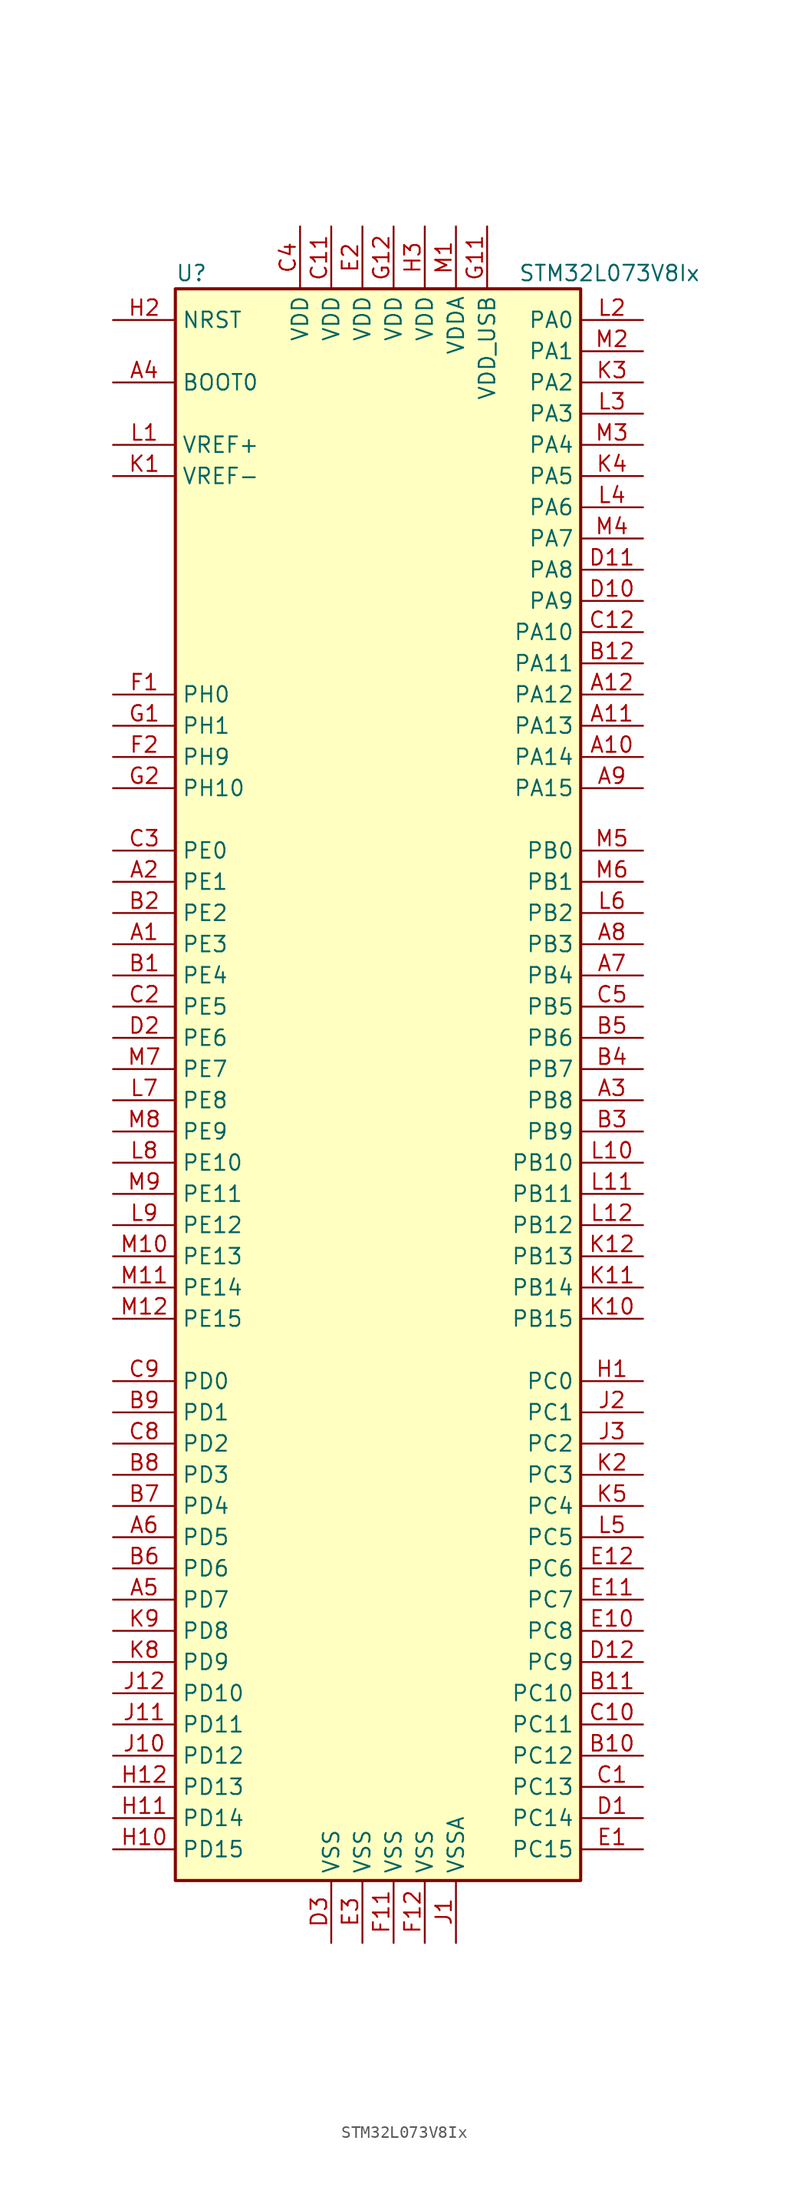
<source format=kicad_sym>
(kicad_symbol_lib
  (version 20201005)
  (generator kicad_symbol_editor)
  (symbol "STM32L073V8Ix"
    (property "Reference" "U"
      (at -17.78 64.77 0)
      (effects (font (size 1.27 1.27)) (justify left)))
    (property "Value" "STM32L073V8Ix"
      (at 10.16 64.77 0)
      (effects (font (size 1.27 1.27)) (justify left)))
    (symbol "STM32L073V8Ix_0_1"
      (rectangle (start -17.78 -66.04) (end 15.24 63.5) (stroke (width 0.254)) (fill (type background))))
    (symbol "STM32L073V8Ix_1_1"
      (pin bidirectional line (at -22.86 10.16 0) (length 5.08) (name "PE3" (effects (font (size 1.27 1.27)))) (number "A1" (effects (font (size 1.27 1.27)))))
      (pin bidirectional line (at 20.32 25.4 180) (length 5.08) (name "PA14" (effects (font (size 1.27 1.27)))) (number "A10" (effects (font (size 1.27 1.27)))))
      (pin bidirectional line (at 20.32 27.94 180) (length 5.08) (name "PA13" (effects (font (size 1.27 1.27)))) (number "A11" (effects (font (size 1.27 1.27)))))
      (pin bidirectional line (at 20.32 30.48 180) (length 5.08) (name "PA12" (effects (font (size 1.27 1.27)))) (number "A12" (effects (font (size 1.27 1.27)))))
      (pin bidirectional line (at -22.86 15.24 0) (length 5.08) (name "PE1" (effects (font (size 1.27 1.27)))) (number "A2" (effects (font (size 1.27 1.27)))))
      (pin bidirectional line (at 20.32 -2.54 180) (length 5.08) (name "PB8" (effects (font (size 1.27 1.27)))) (number "A3" (effects (font (size 1.27 1.27)))))
      (pin input line (at -22.86 55.88 0) (length 5.08) (name "BOOT0" (effects (font (size 1.27 1.27)))) (number "A4" (effects (font (size 1.27 1.27)))))
      (pin bidirectional line (at -22.86 -43.18 0) (length 5.08) (name "PD7" (effects (font (size 1.27 1.27)))) (number "A5" (effects (font (size 1.27 1.27)))))
      (pin bidirectional line (at -22.86 -38.1 0) (length 5.08) (name "PD5" (effects (font (size 1.27 1.27)))) (number "A6" (effects (font (size 1.27 1.27)))))
      (pin bidirectional line (at 20.32 7.62 180) (length 5.08) (name "PB4" (effects (font (size 1.27 1.27)))) (number "A7" (effects (font (size 1.27 1.27)))))
      (pin bidirectional line (at 20.32 10.16 180) (length 5.08) (name "PB3" (effects (font (size 1.27 1.27)))) (number "A8" (effects (font (size 1.27 1.27)))))
      (pin bidirectional line (at 20.32 22.86 180) (length 5.08) (name "PA15" (effects (font (size 1.27 1.27)))) (number "A9" (effects (font (size 1.27 1.27)))))
      (pin bidirectional line (at -22.86 7.62 0) (length 5.08) (name "PE4" (effects (font (size 1.27 1.27)))) (number "B1" (effects (font (size 1.27 1.27)))))
      (pin bidirectional line (at 20.32 -55.88 180) (length 5.08) (name "PC12" (effects (font (size 1.27 1.27)))) (number "B10" (effects (font (size 1.27 1.27)))))
      (pin bidirectional line (at 20.32 -50.8 180) (length 5.08) (name "PC10" (effects (font (size 1.27 1.27)))) (number "B11" (effects (font (size 1.27 1.27)))))
      (pin bidirectional line (at 20.32 33.02 180) (length 5.08) (name "PA11" (effects (font (size 1.27 1.27)))) (number "B12" (effects (font (size 1.27 1.27)))))
      (pin bidirectional line (at -22.86 12.7 0) (length 5.08) (name "PE2" (effects (font (size 1.27 1.27)))) (number "B2" (effects (font (size 1.27 1.27)))))
      (pin bidirectional line (at 20.32 -5.08 180) (length 5.08) (name "PB9" (effects (font (size 1.27 1.27)))) (number "B3" (effects (font (size 1.27 1.27)))))
      (pin bidirectional line (at 20.32 0 180) (length 5.08) (name "PB7" (effects (font (size 1.27 1.27)))) (number "B4" (effects (font (size 1.27 1.27)))))
      (pin bidirectional line (at 20.32 2.54 180) (length 5.08) (name "PB6" (effects (font (size 1.27 1.27)))) (number "B5" (effects (font (size 1.27 1.27)))))
      (pin bidirectional line (at -22.86 -40.64 0) (length 5.08) (name "PD6" (effects (font (size 1.27 1.27)))) (number "B6" (effects (font (size 1.27 1.27)))))
      (pin bidirectional line (at -22.86 -35.56 0) (length 5.08) (name "PD4" (effects (font (size 1.27 1.27)))) (number "B7" (effects (font (size 1.27 1.27)))))
      (pin bidirectional line (at -22.86 -33.02 0) (length 5.08) (name "PD3" (effects (font (size 1.27 1.27)))) (number "B8" (effects (font (size 1.27 1.27)))))
      (pin bidirectional line (at -22.86 -27.94 0) (length 5.08) (name "PD1" (effects (font (size 1.27 1.27)))) (number "B9" (effects (font (size 1.27 1.27)))))
      (pin bidirectional line (at 20.32 -58.42 180) (length 5.08) (name "PC13" (effects (font (size 1.27 1.27)))) (number "C1" (effects (font (size 1.27 1.27)))))
      (pin bidirectional line (at 20.32 -53.34 180) (length 5.08) (name "PC11" (effects (font (size 1.27 1.27)))) (number "C10" (effects (font (size 1.27 1.27)))))
      (pin power_in line (at -5.08 68.58 270) (length 5.08) (name "VDD" (effects (font (size 1.27 1.27)))) (number "C11" (effects (font (size 1.27 1.27)))))
      (pin bidirectional line (at 20.32 35.56 180) (length 5.08) (name "PA10" (effects (font (size 1.27 1.27)))) (number "C12" (effects (font (size 1.27 1.27)))))
      (pin bidirectional line (at -22.86 5.08 0) (length 5.08) (name "PE5" (effects (font (size 1.27 1.27)))) (number "C2" (effects (font (size 1.27 1.27)))))
      (pin bidirectional line (at -22.86 17.78 0) (length 5.08) (name "PE0" (effects (font (size 1.27 1.27)))) (number "C3" (effects (font (size 1.27 1.27)))))
      (pin power_in line (at -7.62 68.58 270) (length 5.08) (name "VDD" (effects (font (size 1.27 1.27)))) (number "C4" (effects (font (size 1.27 1.27)))))
      (pin bidirectional line (at 20.32 5.08 180) (length 5.08) (name "PB5" (effects (font (size 1.27 1.27)))) (number "C5" (effects (font (size 1.27 1.27)))))
      (pin bidirectional line (at -22.86 -30.48 0) (length 5.08) (name "PD2" (effects (font (size 1.27 1.27)))) (number "C8" (effects (font (size 1.27 1.27)))))
      (pin bidirectional line (at -22.86 -25.4 0) (length 5.08) (name "PD0" (effects (font (size 1.27 1.27)))) (number "C9" (effects (font (size 1.27 1.27)))))
      (pin bidirectional line (at 20.32 -60.96 180) (length 5.08) (name "PC14" (effects (font (size 1.27 1.27)))) (number "D1" (effects (font (size 1.27 1.27)))))
      (pin bidirectional line (at 20.32 38.1 180) (length 5.08) (name "PA9" (effects (font (size 1.27 1.27)))) (number "D10" (effects (font (size 1.27 1.27)))))
      (pin bidirectional line (at 20.32 40.64 180) (length 5.08) (name "PA8" (effects (font (size 1.27 1.27)))) (number "D11" (effects (font (size 1.27 1.27)))))
      (pin bidirectional line (at 20.32 -48.26 180) (length 5.08) (name "PC9" (effects (font (size 1.27 1.27)))) (number "D12" (effects (font (size 1.27 1.27)))))
      (pin bidirectional line (at -22.86 2.54 0) (length 5.08) (name "PE6" (effects (font (size 1.27 1.27)))) (number "D2" (effects (font (size 1.27 1.27)))))
      (pin power_in line (at -5.08 -71.12 90) (length 5.08) (name "VSS" (effects (font (size 1.27 1.27)))) (number "D3" (effects (font (size 1.27 1.27)))))
      (pin bidirectional line (at 20.32 -63.5 180) (length 5.08) (name "PC15" (effects (font (size 1.27 1.27)))) (number "E1" (effects (font (size 1.27 1.27)))))
      (pin bidirectional line (at 20.32 -45.72 180) (length 5.08) (name "PC8" (effects (font (size 1.27 1.27)))) (number "E10" (effects (font (size 1.27 1.27)))))
      (pin bidirectional line (at 20.32 -43.18 180) (length 5.08) (name "PC7" (effects (font (size 1.27 1.27)))) (number "E11" (effects (font (size 1.27 1.27)))))
      (pin bidirectional line (at 20.32 -40.64 180) (length 5.08) (name "PC6" (effects (font (size 1.27 1.27)))) (number "E12" (effects (font (size 1.27 1.27)))))
      (pin power_in line (at -2.54 68.58 270) (length 5.08) (name "VDD" (effects (font (size 1.27 1.27)))) (number "E2" (effects (font (size 1.27 1.27)))))
      (pin power_in line (at -2.54 -71.12 90) (length 5.08) (name "VSS" (effects (font (size 1.27 1.27)))) (number "E3" (effects (font (size 1.27 1.27)))))
      (pin input line (at -22.86 30.48 0) (length 5.08) (name "PH0" (effects (font (size 1.27 1.27)))) (number "F1" (effects (font (size 1.27 1.27)))))
      (pin power_in line (at 0 -71.12 90) (length 5.08) (name "VSS" (effects (font (size 1.27 1.27)))) (number "F11" (effects (font (size 1.27 1.27)))))
      (pin power_in line (at 2.54 -71.12 90) (length 5.08) (name "VSS" (effects (font (size 1.27 1.27)))) (number "F12" (effects (font (size 1.27 1.27)))))
      (pin bidirectional line (at -22.86 25.4 0) (length 5.08) (name "PH9" (effects (font (size 1.27 1.27)))) (number "F2" (effects (font (size 1.27 1.27)))))
      (pin input line (at -22.86 27.94 0) (length 5.08) (name "PH1" (effects (font (size 1.27 1.27)))) (number "G1" (effects (font (size 1.27 1.27)))))
      (pin power_in line (at 7.62 68.58 270) (length 5.08) (name "VDD_USB" (effects (font (size 1.27 1.27)))) (number "G11" (effects (font (size 1.27 1.27)))))
      (pin power_in line (at 0 68.58 270) (length 5.08) (name "VDD" (effects (font (size 1.27 1.27)))) (number "G12" (effects (font (size 1.27 1.27)))))
      (pin bidirectional line (at -22.86 22.86 0) (length 5.08) (name "PH10" (effects (font (size 1.27 1.27)))) (number "G2" (effects (font (size 1.27 1.27)))))
      (pin bidirectional line (at 20.32 -25.4 180) (length 5.08) (name "PC0" (effects (font (size 1.27 1.27)))) (number "H1" (effects (font (size 1.27 1.27)))))
      (pin bidirectional line (at -22.86 -63.5 0) (length 5.08) (name "PD15" (effects (font (size 1.27 1.27)))) (number "H10" (effects (font (size 1.27 1.27)))))
      (pin bidirectional line (at -22.86 -60.96 0) (length 5.08) (name "PD14" (effects (font (size 1.27 1.27)))) (number "H11" (effects (font (size 1.27 1.27)))))
      (pin bidirectional line (at -22.86 -58.42 0) (length 5.08) (name "PD13" (effects (font (size 1.27 1.27)))) (number "H12" (effects (font (size 1.27 1.27)))))
      (pin input line (at -22.86 60.96 0) (length 5.08) (name "NRST" (effects (font (size 1.27 1.27)))) (number "H2" (effects (font (size 1.27 1.27)))))
      (pin power_in line (at 2.54 68.58 270) (length 5.08) (name "VDD" (effects (font (size 1.27 1.27)))) (number "H3" (effects (font (size 1.27 1.27)))))
      (pin power_in line (at 5.08 -71.12 90) (length 5.08) (name "VSSA" (effects (font (size 1.27 1.27)))) (number "J1" (effects (font (size 1.27 1.27)))))
      (pin bidirectional line (at -22.86 -55.88 0) (length 5.08) (name "PD12" (effects (font (size 1.27 1.27)))) (number "J10" (effects (font (size 1.27 1.27)))))
      (pin bidirectional line (at -22.86 -53.34 0) (length 5.08) (name "PD11" (effects (font (size 1.27 1.27)))) (number "J11" (effects (font (size 1.27 1.27)))))
      (pin bidirectional line (at -22.86 -50.8 0) (length 5.08) (name "PD10" (effects (font (size 1.27 1.27)))) (number "J12" (effects (font (size 1.27 1.27)))))
      (pin bidirectional line (at 20.32 -27.94 180) (length 5.08) (name "PC1" (effects (font (size 1.27 1.27)))) (number "J2" (effects (font (size 1.27 1.27)))))
      (pin bidirectional line (at 20.32 -30.48 180) (length 5.08) (name "PC2" (effects (font (size 1.27 1.27)))) (number "J3" (effects (font (size 1.27 1.27)))))
      (pin power_in line (at -22.86 48.26 0) (length 5.08) (name "VREF-" (effects (font (size 1.27 1.27)))) (number "K1" (effects (font (size 1.27 1.27)))))
      (pin bidirectional line (at 20.32 -20.32 180) (length 5.08) (name "PB15" (effects (font (size 1.27 1.27)))) (number "K10" (effects (font (size 1.27 1.27)))))
      (pin bidirectional line (at 20.32 -17.78 180) (length 5.08) (name "PB14" (effects (font (size 1.27 1.27)))) (number "K11" (effects (font (size 1.27 1.27)))))
      (pin bidirectional line (at 20.32 -15.24 180) (length 5.08) (name "PB13" (effects (font (size 1.27 1.27)))) (number "K12" (effects (font (size 1.27 1.27)))))
      (pin bidirectional line (at 20.32 -33.02 180) (length 5.08) (name "PC3" (effects (font (size 1.27 1.27)))) (number "K2" (effects (font (size 1.27 1.27)))))
      (pin bidirectional line (at 20.32 55.88 180) (length 5.08) (name "PA2" (effects (font (size 1.27 1.27)))) (number "K3" (effects (font (size 1.27 1.27)))))
      (pin bidirectional line (at 20.32 48.26 180) (length 5.08) (name "PA5" (effects (font (size 1.27 1.27)))) (number "K4" (effects (font (size 1.27 1.27)))))
      (pin bidirectional line (at 20.32 -35.56 180) (length 5.08) (name "PC4" (effects (font (size 1.27 1.27)))) (number "K5" (effects (font (size 1.27 1.27)))))
      (pin bidirectional line (at -22.86 -48.26 0) (length 5.08) (name "PD9" (effects (font (size 1.27 1.27)))) (number "K8" (effects (font (size 1.27 1.27)))))
      (pin bidirectional line (at -22.86 -45.72 0) (length 5.08) (name "PD8" (effects (font (size 1.27 1.27)))) (number "K9" (effects (font (size 1.27 1.27)))))
      (pin power_in line (at -22.86 50.8 0) (length 5.08) (name "VREF+" (effects (font (size 1.27 1.27)))) (number "L1" (effects (font (size 1.27 1.27)))))
      (pin bidirectional line (at 20.32 -7.62 180) (length 5.08) (name "PB10" (effects (font (size 1.27 1.27)))) (number "L10" (effects (font (size 1.27 1.27)))))
      (pin bidirectional line (at 20.32 -10.16 180) (length 5.08) (name "PB11" (effects (font (size 1.27 1.27)))) (number "L11" (effects (font (size 1.27 1.27)))))
      (pin bidirectional line (at 20.32 -12.7 180) (length 5.08) (name "PB12" (effects (font (size 1.27 1.27)))) (number "L12" (effects (font (size 1.27 1.27)))))
      (pin bidirectional line (at 20.32 60.96 180) (length 5.08) (name "PA0" (effects (font (size 1.27 1.27)))) (number "L2" (effects (font (size 1.27 1.27)))))
      (pin bidirectional line (at 20.32 53.34 180) (length 5.08) (name "PA3" (effects (font (size 1.27 1.27)))) (number "L3" (effects (font (size 1.27 1.27)))))
      (pin bidirectional line (at 20.32 45.72 180) (length 5.08) (name "PA6" (effects (font (size 1.27 1.27)))) (number "L4" (effects (font (size 1.27 1.27)))))
      (pin bidirectional line (at 20.32 -38.1 180) (length 5.08) (name "PC5" (effects (font (size 1.27 1.27)))) (number "L5" (effects (font (size 1.27 1.27)))))
      (pin bidirectional line (at 20.32 12.7 180) (length 5.08) (name "PB2" (effects (font (size 1.27 1.27)))) (number "L6" (effects (font (size 1.27 1.27)))))
      (pin bidirectional line (at -22.86 -2.54 0) (length 5.08) (name "PE8" (effects (font (size 1.27 1.27)))) (number "L7" (effects (font (size 1.27 1.27)))))
      (pin bidirectional line (at -22.86 -7.62 0) (length 5.08) (name "PE10" (effects (font (size 1.27 1.27)))) (number "L8" (effects (font (size 1.27 1.27)))))
      (pin bidirectional line (at -22.86 -12.7 0) (length 5.08) (name "PE12" (effects (font (size 1.27 1.27)))) (number "L9" (effects (font (size 1.27 1.27)))))
      (pin power_in line (at 5.08 68.58 270) (length 5.08) (name "VDDA" (effects (font (size 1.27 1.27)))) (number "M1" (effects (font (size 1.27 1.27)))))
      (pin bidirectional line (at -22.86 -15.24 0) (length 5.08) (name "PE13" (effects (font (size 1.27 1.27)))) (number "M10" (effects (font (size 1.27 1.27)))))
      (pin bidirectional line (at -22.86 -17.78 0) (length 5.08) (name "PE14" (effects (font (size 1.27 1.27)))) (number "M11" (effects (font (size 1.27 1.27)))))
      (pin bidirectional line (at -22.86 -20.32 0) (length 5.08) (name "PE15" (effects (font (size 1.27 1.27)))) (number "M12" (effects (font (size 1.27 1.27)))))
      (pin bidirectional line (at 20.32 58.42 180) (length 5.08) (name "PA1" (effects (font (size 1.27 1.27)))) (number "M2" (effects (font (size 1.27 1.27)))))
      (pin bidirectional line (at 20.32 50.8 180) (length 5.08) (name "PA4" (effects (font (size 1.27 1.27)))) (number "M3" (effects (font (size 1.27 1.27)))))
      (pin bidirectional line (at 20.32 43.18 180) (length 5.08) (name "PA7" (effects (font (size 1.27 1.27)))) (number "M4" (effects (font (size 1.27 1.27)))))
      (pin bidirectional line (at 20.32 17.78 180) (length 5.08) (name "PB0" (effects (font (size 1.27 1.27)))) (number "M5" (effects (font (size 1.27 1.27)))))
      (pin bidirectional line (at 20.32 15.24 180) (length 5.08) (name "PB1" (effects (font (size 1.27 1.27)))) (number "M6" (effects (font (size 1.27 1.27)))))
      (pin bidirectional line (at -22.86 0 0) (length 5.08) (name "PE7" (effects (font (size 1.27 1.27)))) (number "M7" (effects (font (size 1.27 1.27)))))
      (pin bidirectional line (at -22.86 -5.08 0) (length 5.08) (name "PE9" (effects (font (size 1.27 1.27)))) (number "M8" (effects (font (size 1.27 1.27)))))
      (pin bidirectional line (at -22.86 -10.16 0) (length 5.08) (name "PE11" (effects (font (size 1.27 1.27)))) (number "M9" (effects (font (size 1.27 1.27))))))))
</source>
